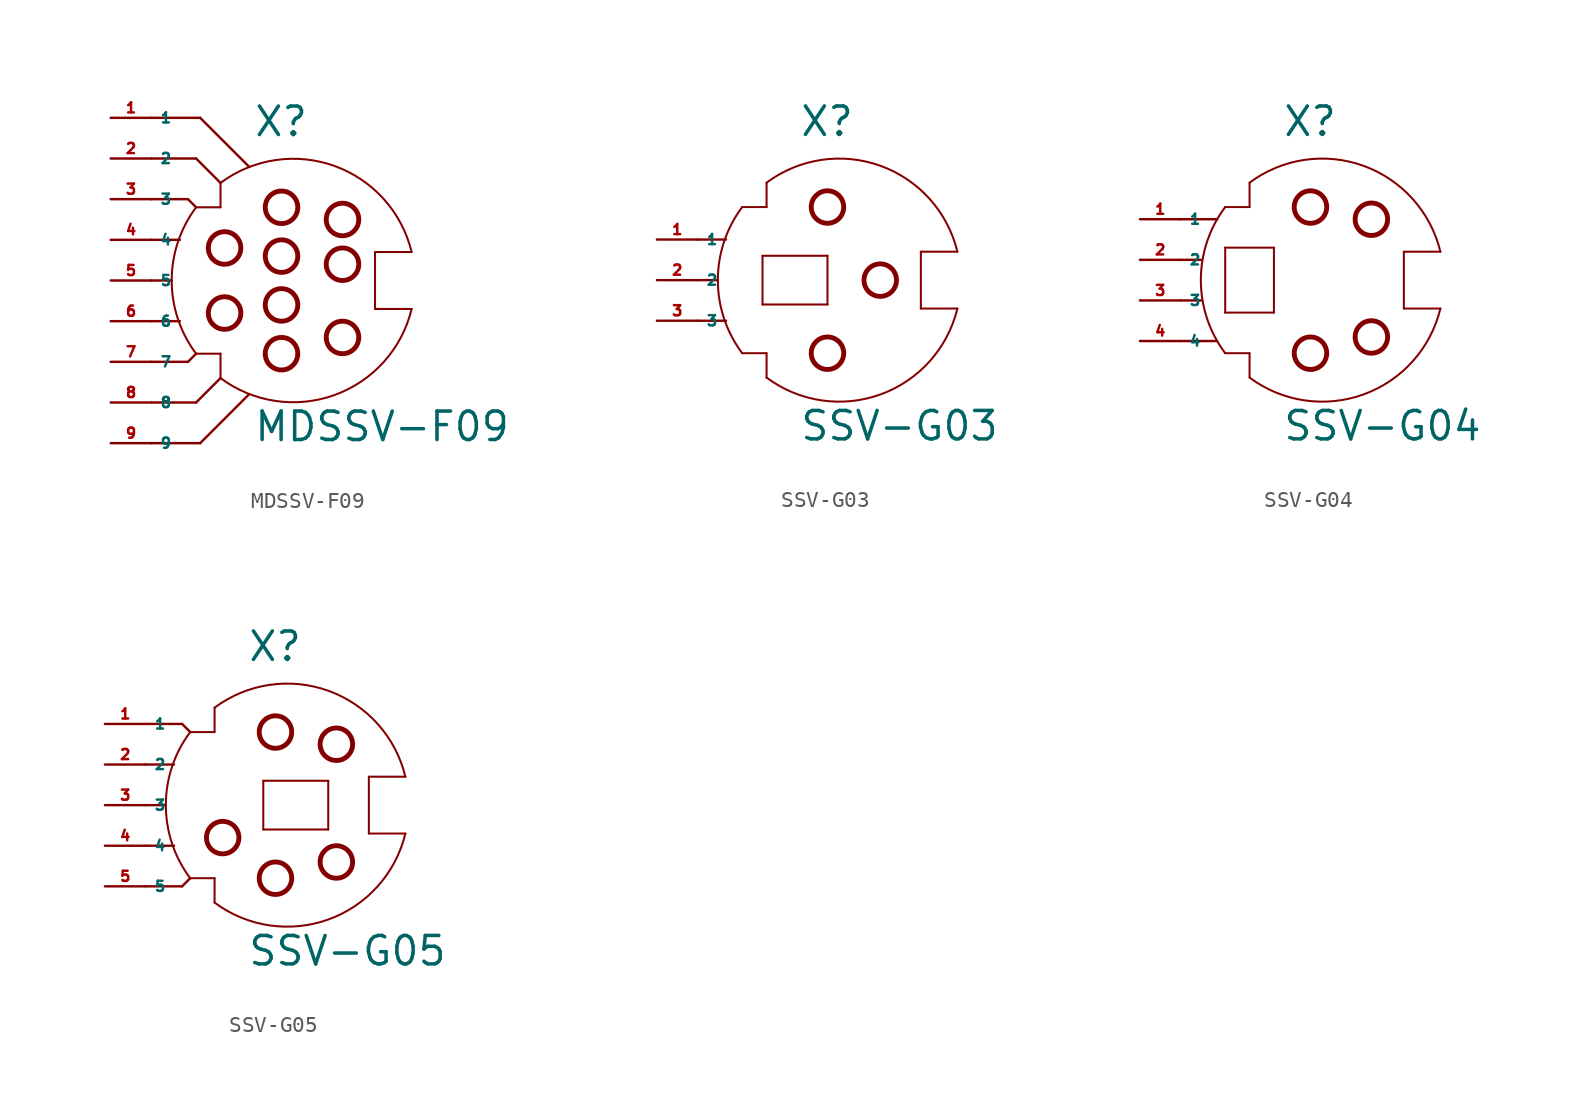
<source format=kicad_sym>
(kicad_symbol_lib
  (version 20220914)
  (generator Eagle2Kicad)
  (symbol "MDSSV-F09"
    (property "Reference" "X"
      (at -1.27 8.89 0)
      (effects (font (size 1.778 1.778) (thickness 0.22)) (justify left bottom)))
    (property "Value" "MDSSV-F09"
      (at -1.27 -10.16 0)
      (effects (font (size 1.778 1.778) (thickness 0.22)) (justify left bottom)))
    (polyline
      (pts (xy 6.35 -1.778) (xy 6.35 1.778))
      (stroke (width 0.127) (type default))
      (fill (type none)))
    (polyline
      (pts (xy 6.35 1.778) (xy 8.636 1.778))
      (stroke (width 0.127) (type default))
      (fill (type none)))
    (polyline
      (pts (xy -3.302 6.096) (xy -3.302 4.572))
      (stroke (width 0.127) (type default))
      (fill (type none)))
    (polyline
      (pts (xy -3.302 4.572) (xy -4.826 4.572))
      (stroke (width 0.127) (type default))
      (fill (type none)))
    (polyline
      (pts (xy -4.826 -4.572) (xy -3.302 -4.572))
      (stroke (width 0.127) (type default))
      (fill (type none)))
    (polyline
      (pts (xy -3.302 -4.572) (xy -3.302 -6.096))
      (stroke (width 0.127) (type default))
      (fill (type none)))
    (arc
      (start -4.826 4.572)
      (mid -6.350 0.000)
      (end -4.826 -4.572)
      (stroke (width 0.127) (type default))
      (fill (type none)))
    (arc
      (start 8.6357 1.778)
      (mid 3.829 7.150)
      (end -3.302 6.096)
      (stroke (width 0.127) (type default))
      (fill (type none)))
    (polyline
      (pts (xy -7.62 0) (xy -6.35 0))
      (stroke (width 0.152) (type default))
      (fill (type none)))
    (polyline
      (pts (xy -7.62 2.54) (xy -5.842 2.54))
      (stroke (width 0.152) (type default))
      (fill (type none)))
    (polyline
      (pts (xy -7.62 -2.54) (xy -5.842 -2.54))
      (stroke (width 0.152) (type default))
      (fill (type none)))
    (polyline
      (pts (xy -7.62 5.08) (xy -5.334 5.08))
      (stroke (width 0.152) (type default))
      (fill (type none)))
    (polyline
      (pts (xy -5.334 5.08) (xy -4.826 4.572))
      (stroke (width 0.152) (type default))
      (fill (type none)))
    (polyline
      (pts (xy -7.62 -5.08) (xy -5.334 -5.08))
      (stroke (width 0.152) (type default))
      (fill (type none)))
    (polyline
      (pts (xy -5.334 -5.08) (xy -4.826 -4.572))
      (stroke (width 0.152) (type default))
      (fill (type none)))
    (polyline
      (pts (xy -7.62 -7.62) (xy -4.826 -7.62))
      (stroke (width 0.152) (type default))
      (fill (type none)))
    (polyline
      (pts (xy -4.826 -7.62) (xy -3.302 -6.096))
      (stroke (width 0.152) (type default))
      (fill (type none)))
    (polyline
      (pts (xy -7.62 7.62) (xy -4.826 7.62))
      (stroke (width 0.152) (type default))
      (fill (type none)))
    (polyline
      (pts (xy -4.826 7.62) (xy -3.302 6.096))
      (stroke (width 0.152) (type default))
      (fill (type none)))
    (polyline
      (pts (xy -7.62 10.16) (xy -4.572 10.16))
      (stroke (width 0.152) (type default))
      (fill (type none)))
    (polyline
      (pts (xy -4.572 10.16) (xy -1.524 7.112))
      (stroke (width 0.152) (type default))
      (fill (type none)))
    (polyline
      (pts (xy -7.62 -10.16) (xy -4.572 -10.16))
      (stroke (width 0.152) (type default))
      (fill (type none)))
    (polyline
      (pts (xy -4.572 -10.16) (xy -1.524 -7.112))
      (stroke (width 0.152) (type default))
      (fill (type none)))
    (polyline
      (pts (xy 6.35 -1.778) (xy 8.636 -1.778))
      (stroke (width 0.127) (type default))
      (fill (type none)))
    (arc
      (start -3.302 -6.096)
      (mid 3.829 -7.150)
      (end 8.6357 -1.778)
      (stroke (width 0.127) (type default))
      (fill (type none)))
    (circle
      (center 0.508 4.572)
      (radius 1.016)
      (stroke (width 0.305) (type default))
      (fill (type none)))
    (circle
      (center 4.318 3.81)
      (radius 1.016)
      (stroke (width 0.305) (type default))
      (fill (type none)))
    (circle
      (center 0.508 -4.572)
      (radius 1.016)
      (stroke (width 0.305) (type default))
      (fill (type none)))
    (circle
      (center 4.318 -3.556)
      (radius 1.016)
      (stroke (width 0.305) (type default))
      (fill (type none)))
    (circle
      (center 0.508 1.524)
      (radius 1.016)
      (stroke (width 0.305) (type default))
      (fill (type none)))
    (circle
      (center 0.508 -1.524)
      (radius 1.016)
      (stroke (width 0.305) (type default))
      (fill (type none)))
    (circle
      (center 4.318 1.016)
      (radius 1.016)
      (stroke (width 0.305) (type default))
      (fill (type none)))
    (circle
      (center -3.048 2.032)
      (radius 1.016)
      (stroke (width 0.305) (type default))
      (fill (type none)))
    (circle
      (center -3.048 -2.032)
      (radius 1.016)
      (stroke (width 0.305) (type default))
      (fill (type none)))
    (pin passive line
      (at -10.16 10.16 0)
      (length 2.54)
      (name "1" (effects (font (size 0.635 0.635) (thickness 0.08)) (justify left bottom)))
      (number "1" (effects (font (size 0.635 0.635) (thickness 0.08)) (justify left bottom))))
    (pin passive line
      (at -10.16 7.62 0)
      (length 2.54)
      (name "2" (effects (font (size 0.635 0.635) (thickness 0.08)) (justify left bottom)))
      (number "2" (effects (font (size 0.635 0.635) (thickness 0.08)) (justify left bottom))))
    (pin passive line
      (at -10.16 5.08 0)
      (length 2.54)
      (name "3" (effects (font (size 0.635 0.635) (thickness 0.08)) (justify left bottom)))
      (number "3" (effects (font (size 0.635 0.635) (thickness 0.08)) (justify left bottom))))
    (pin passive line
      (at -10.16 2.54 0)
      (length 2.54)
      (name "4" (effects (font (size 0.635 0.635) (thickness 0.08)) (justify left bottom)))
      (number "4" (effects (font (size 0.635 0.635) (thickness 0.08)) (justify left bottom))))
    (pin passive line
      (at -10.16 0 0)
      (length 2.54)
      (name "5" (effects (font (size 0.635 0.635) (thickness 0.08)) (justify left bottom)))
      (number "5" (effects (font (size 0.635 0.635) (thickness 0.08)) (justify left bottom))))
    (pin passive line
      (at -10.16 -2.54 0)
      (length 2.54)
      (name "6" (effects (font (size 0.635 0.635) (thickness 0.08)) (justify left bottom)))
      (number "6" (effects (font (size 0.635 0.635) (thickness 0.08)) (justify left bottom))))
    (pin passive line
      (at -10.16 -5.08 0)
      (length 2.54)
      (name "7" (effects (font (size 0.635 0.635) (thickness 0.08)) (justify left bottom)))
      (number "7" (effects (font (size 0.635 0.635) (thickness 0.08)) (justify left bottom))))
    (pin passive line
      (at -10.16 -7.62 0)
      (length 2.54)
      (name "8" (effects (font (size 0.635 0.635) (thickness 0.08)) (justify left bottom)))
      (number "8" (effects (font (size 0.635 0.635) (thickness 0.08)) (justify left bottom))))
    (pin passive line
      (at -10.16 -10.16 0)
      (length 2.54)
      (name "9" (effects (font (size 0.635 0.635) (thickness 0.08)) (justify left bottom)))
      (number "9" (effects (font (size 0.635 0.635) (thickness 0.08)) (justify left bottom)))))
  (symbol "SSV-G03"
    (property "Reference" "X"
      (at -1.27 8.89 0)
      (effects (font (size 1.778 1.778) (thickness 0.22)) (justify left bottom)))
    (property "Value" "SSV-G03"
      (at -1.27 -10.16 0)
      (effects (font (size 1.778 1.778) (thickness 0.22)) (justify left bottom)))
    (polyline
      (pts (xy 6.35 -1.778) (xy 8.636 -1.778))
      (stroke (width 0.127) (type default))
      (fill (type none)))
    (polyline
      (pts (xy 6.35 -1.778) (xy 6.35 1.778))
      (stroke (width 0.127) (type default))
      (fill (type none)))
    (polyline
      (pts (xy 6.35 1.778) (xy 8.636 1.778))
      (stroke (width 0.127) (type default))
      (fill (type none)))
    (polyline
      (pts (xy -3.302 6.096) (xy -3.302 4.572))
      (stroke (width 0.127) (type default))
      (fill (type none)))
    (polyline
      (pts (xy -3.302 4.572) (xy -4.826 4.572))
      (stroke (width 0.127) (type default))
      (fill (type none)))
    (polyline
      (pts (xy -4.826 -4.572) (xy -3.302 -4.572))
      (stroke (width 0.127) (type default))
      (fill (type none)))
    (polyline
      (pts (xy -3.302 -4.572) (xy -3.302 -6.096))
      (stroke (width 0.127) (type default))
      (fill (type none)))
    (arc
      (start -4.826 4.572)
      (mid -6.350 0.000)
      (end -4.826 -4.572)
      (stroke (width 0.127) (type default))
      (fill (type none)))
    (arc
      (start 8.6357 1.778)
      (mid 3.829 7.150)
      (end -3.302 6.096)
      (stroke (width 0.127) (type default))
      (fill (type none)))
    (polyline
      (pts (xy 0.508 1.524) (xy 0.508 -1.524))
      (stroke (width 0.127) (type default))
      (fill (type none)))
    (polyline
      (pts (xy 0.508 -1.524) (xy -3.556 -1.524))
      (stroke (width 0.127) (type default))
      (fill (type none)))
    (polyline
      (pts (xy -3.556 -1.524) (xy -3.556 1.524))
      (stroke (width 0.127) (type default))
      (fill (type none)))
    (polyline
      (pts (xy -3.556 1.524) (xy 0.508 1.524))
      (stroke (width 0.127) (type default))
      (fill (type none)))
    (polyline
      (pts (xy -7.62 0) (xy -6.35 0))
      (stroke (width 0.152) (type default))
      (fill (type none)))
    (polyline
      (pts (xy -7.62 2.54) (xy -5.842 2.54))
      (stroke (width 0.152) (type default))
      (fill (type none)))
    (polyline
      (pts (xy -7.62 -2.54) (xy -5.842 -2.54))
      (stroke (width 0.152) (type default))
      (fill (type none)))
    (arc
      (start -3.302 -6.096)
      (mid 3.829 -7.150)
      (end 8.6357 -1.778)
      (stroke (width 0.127) (type default))
      (fill (type none)))
    (circle
      (center 0.508 4.572)
      (radius 1.016)
      (stroke (width 0.305) (type default))
      (fill (type none)))
    (circle
      (center 3.81 0)
      (radius 1.016)
      (stroke (width 0.305) (type default))
      (fill (type none)))
    (circle
      (center 0.508 -4.572)
      (radius 1.016)
      (stroke (width 0.305) (type default))
      (fill (type none)))
    (pin passive line
      (at -10.16 2.54 0)
      (length 2.54)
      (name "1" (effects (font (size 0.635 0.635) (thickness 0.08)) (justify left bottom)))
      (number "1" (effects (font (size 0.635 0.635) (thickness 0.08)) (justify left bottom))))
    (pin passive line
      (at -10.16 0 0)
      (length 2.54)
      (name "2" (effects (font (size 0.635 0.635) (thickness 0.08)) (justify left bottom)))
      (number "2" (effects (font (size 0.635 0.635) (thickness 0.08)) (justify left bottom))))
    (pin passive line
      (at -10.16 -2.54 0)
      (length 2.54)
      (name "3" (effects (font (size 0.635 0.635) (thickness 0.08)) (justify left bottom)))
      (number "3" (effects (font (size 0.635 0.635) (thickness 0.08)) (justify left bottom)))))
  (symbol "SSV-G04"
    (property "Reference" "X"
      (at -1.27 10.16 0)
      (effects (font (size 1.778 1.778) (thickness 0.22)) (justify left bottom)))
    (property "Value" "SSV-G04"
      (at -1.27 -8.89 0)
      (effects (font (size 1.778 1.778) (thickness 0.22)) (justify left bottom)))
    (polyline
      (pts (xy 6.35 -0.508) (xy 8.636 -0.508))
      (stroke (width 0.127) (type default))
      (fill (type none)))
    (polyline
      (pts (xy 6.35 -0.508) (xy 6.35 3.048))
      (stroke (width 0.127) (type default))
      (fill (type none)))
    (polyline
      (pts (xy 6.35 3.048) (xy 8.636 3.048))
      (stroke (width 0.127) (type default))
      (fill (type none)))
    (polyline
      (pts (xy -3.302 7.366) (xy -3.302 5.842))
      (stroke (width 0.127) (type default))
      (fill (type none)))
    (polyline
      (pts (xy -3.302 5.842) (xy -4.826 5.842))
      (stroke (width 0.127) (type default))
      (fill (type none)))
    (polyline
      (pts (xy -4.826 -3.302) (xy -3.302 -3.302))
      (stroke (width 0.127) (type default))
      (fill (type none)))
    (polyline
      (pts (xy -3.302 -3.302) (xy -3.302 -4.826))
      (stroke (width 0.127) (type default))
      (fill (type none)))
    (arc
      (start -4.826 5.842)
      (mid -6.350 1.270)
      (end -4.826 -3.302)
      (stroke (width 0.127) (type default))
      (fill (type none)))
    (arc
      (start 8.6357 3.048)
      (mid 3.829 8.420)
      (end -3.302 7.366)
      (stroke (width 0.127) (type default))
      (fill (type none)))
    (polyline
      (pts (xy -1.778 -0.762) (xy -4.826 -0.762))
      (stroke (width 0.127) (type default))
      (fill (type none)))
    (polyline
      (pts (xy -4.826 -0.762) (xy -4.826 3.302))
      (stroke (width 0.127) (type default))
      (fill (type none)))
    (polyline
      (pts (xy -4.826 3.302) (xy -1.778 3.302))
      (stroke (width 0.127) (type default))
      (fill (type none)))
    (polyline
      (pts (xy -1.778 3.302) (xy -1.778 -0.762))
      (stroke (width 0.127) (type default))
      (fill (type none)))
    (polyline
      (pts (xy -7.62 0) (xy -6.35 0))
      (stroke (width 0.152) (type default))
      (fill (type none)))
    (polyline
      (pts (xy -7.62 2.54) (xy -6.35 2.54))
      (stroke (width 0.152) (type default))
      (fill (type none)))
    (polyline
      (pts (xy -7.62 -2.54) (xy -5.334 -2.54))
      (stroke (width 0.152) (type default))
      (fill (type none)))
    (polyline
      (pts (xy -7.62 5.08) (xy -5.334 5.08))
      (stroke (width 0.152) (type default))
      (fill (type none)))
    (arc
      (start -3.302 -4.826)
      (mid 3.829 -5.880)
      (end 8.6357 -0.508)
      (stroke (width 0.127) (type default))
      (fill (type none)))
    (circle
      (center 0.508 5.842)
      (radius 1.016)
      (stroke (width 0.305) (type default))
      (fill (type none)))
    (circle
      (center 4.318 5.08)
      (radius 1.016)
      (stroke (width 0.305) (type default))
      (fill (type none)))
    (circle
      (center 0.508 -3.302)
      (radius 1.016)
      (stroke (width 0.305) (type default))
      (fill (type none)))
    (circle
      (center 4.318 -2.286)
      (radius 1.016)
      (stroke (width 0.305) (type default))
      (fill (type none)))
    (pin passive line
      (at -10.16 5.08 0)
      (length 2.54)
      (name "1" (effects (font (size 0.635 0.635) (thickness 0.08)) (justify left bottom)))
      (number "1" (effects (font (size 0.635 0.635) (thickness 0.08)) (justify left bottom))))
    (pin passive line
      (at -10.16 2.54 0)
      (length 2.54)
      (name "2" (effects (font (size 0.635 0.635) (thickness 0.08)) (justify left bottom)))
      (number "2" (effects (font (size 0.635 0.635) (thickness 0.08)) (justify left bottom))))
    (pin passive line
      (at -10.16 0 0)
      (length 2.54)
      (name "3" (effects (font (size 0.635 0.635) (thickness 0.08)) (justify left bottom)))
      (number "3" (effects (font (size 0.635 0.635) (thickness 0.08)) (justify left bottom))))
    (pin passive line
      (at -10.16 -2.54 0)
      (length 2.54)
      (name "4" (effects (font (size 0.635 0.635) (thickness 0.08)) (justify left bottom)))
      (number "4" (effects (font (size 0.635 0.635) (thickness 0.08)) (justify left bottom)))))
  (symbol "SSV-G05"
    (property "Reference" "X"
      (at -1.27 8.89 0)
      (effects (font (size 1.778 1.778) (thickness 0.22)) (justify left bottom)))
    (property "Value" "SSV-G05"
      (at -1.27 -10.16 0)
      (effects (font (size 1.778 1.778) (thickness 0.22)) (justify left bottom)))
    (polyline
      (pts (xy 6.35 -1.778) (xy 8.636 -1.778))
      (stroke (width 0.127) (type default))
      (fill (type none)))
    (polyline
      (pts (xy 6.35 -1.778) (xy 6.35 1.778))
      (stroke (width 0.127) (type default))
      (fill (type none)))
    (polyline
      (pts (xy 6.35 1.778) (xy 8.636 1.778))
      (stroke (width 0.127) (type default))
      (fill (type none)))
    (polyline
      (pts (xy -3.302 6.096) (xy -3.302 4.572))
      (stroke (width 0.127) (type default))
      (fill (type none)))
    (polyline
      (pts (xy -3.302 4.572) (xy -4.826 4.572))
      (stroke (width 0.127) (type default))
      (fill (type none)))
    (polyline
      (pts (xy -4.826 -4.572) (xy -3.302 -4.572))
      (stroke (width 0.127) (type default))
      (fill (type none)))
    (polyline
      (pts (xy -3.302 -4.572) (xy -3.302 -6.096))
      (stroke (width 0.127) (type default))
      (fill (type none)))
    (arc
      (start -4.826 4.572)
      (mid -6.350 0.000)
      (end -4.826 -4.572)
      (stroke (width 0.127) (type default))
      (fill (type none)))
    (arc
      (start 8.6357 1.778)
      (mid 3.829 7.150)
      (end -3.302 6.096)
      (stroke (width 0.127) (type default))
      (fill (type none)))
    (polyline
      (pts (xy -0.254 -1.524) (xy -0.254 1.524))
      (stroke (width 0.127) (type default))
      (fill (type none)))
    (polyline
      (pts (xy -0.254 1.524) (xy 3.81 1.524))
      (stroke (width 0.127) (type default))
      (fill (type none)))
    (polyline
      (pts (xy 3.81 1.524) (xy 3.81 -1.524))
      (stroke (width 0.127) (type default))
      (fill (type none)))
    (polyline
      (pts (xy 3.81 -1.524) (xy -0.254 -1.524))
      (stroke (width 0.127) (type default))
      (fill (type none)))
    (polyline
      (pts (xy -7.62 0) (xy -6.35 0))
      (stroke (width 0.152) (type default))
      (fill (type none)))
    (polyline
      (pts (xy -7.62 2.54) (xy -5.842 2.54))
      (stroke (width 0.152) (type default))
      (fill (type none)))
    (polyline
      (pts (xy -7.62 -2.54) (xy -5.842 -2.54))
      (stroke (width 0.152) (type default))
      (fill (type none)))
    (polyline
      (pts (xy -7.62 5.08) (xy -5.334 5.08))
      (stroke (width 0.152) (type default))
      (fill (type none)))
    (polyline
      (pts (xy -5.334 5.08) (xy -4.826 4.572))
      (stroke (width 0.152) (type default))
      (fill (type none)))
    (polyline
      (pts (xy -7.62 -5.08) (xy -5.334 -5.08))
      (stroke (width 0.152) (type default))
      (fill (type none)))
    (polyline
      (pts (xy -5.334 -5.08) (xy -4.826 -4.572))
      (stroke (width 0.152) (type default))
      (fill (type none)))
    (arc
      (start -3.302 -6.096)
      (mid 3.829 -7.150)
      (end 8.6357 -1.778)
      (stroke (width 0.127) (type default))
      (fill (type none)))
    (circle
      (center 0.508 4.572)
      (radius 1.016)
      (stroke (width 0.305) (type default))
      (fill (type none)))
    (circle
      (center 4.318 3.81)
      (radius 1.016)
      (stroke (width 0.305) (type default))
      (fill (type none)))
    (circle
      (center 0.508 -4.572)
      (radius 1.016)
      (stroke (width 0.305) (type default))
      (fill (type none)))
    (circle
      (center 4.318 -3.556)
      (radius 1.016)
      (stroke (width 0.305) (type default))
      (fill (type none)))
    (circle
      (center -2.794 -2.032)
      (radius 1.016)
      (stroke (width 0.305) (type default))
      (fill (type none)))
    (pin passive line
      (at -10.16 5.08 0)
      (length 2.54)
      (name "1" (effects (font (size 0.635 0.635) (thickness 0.08)) (justify left bottom)))
      (number "1" (effects (font (size 0.635 0.635) (thickness 0.08)) (justify left bottom))))
    (pin passive line
      (at -10.16 2.54 0)
      (length 2.54)
      (name "2" (effects (font (size 0.635 0.635) (thickness 0.08)) (justify left bottom)))
      (number "2" (effects (font (size 0.635 0.635) (thickness 0.08)) (justify left bottom))))
    (pin passive line
      (at -10.16 0 0)
      (length 2.54)
      (name "3" (effects (font (size 0.635 0.635) (thickness 0.08)) (justify left bottom)))
      (number "3" (effects (font (size 0.635 0.635) (thickness 0.08)) (justify left bottom))))
    (pin passive line
      (at -10.16 -2.54 0)
      (length 2.54)
      (name "4" (effects (font (size 0.635 0.635) (thickness 0.08)) (justify left bottom)))
      (number "4" (effects (font (size 0.635 0.635) (thickness 0.08)) (justify left bottom))))
    (pin passive line
      (at -10.16 -5.08 0)
      (length 2.54)
      (name "5" (effects (font (size 0.635 0.635) (thickness 0.08)) (justify left bottom)))
      (number "5" (effects (font (size 0.635 0.635) (thickness 0.08)) (justify left bottom))))))
</source>
